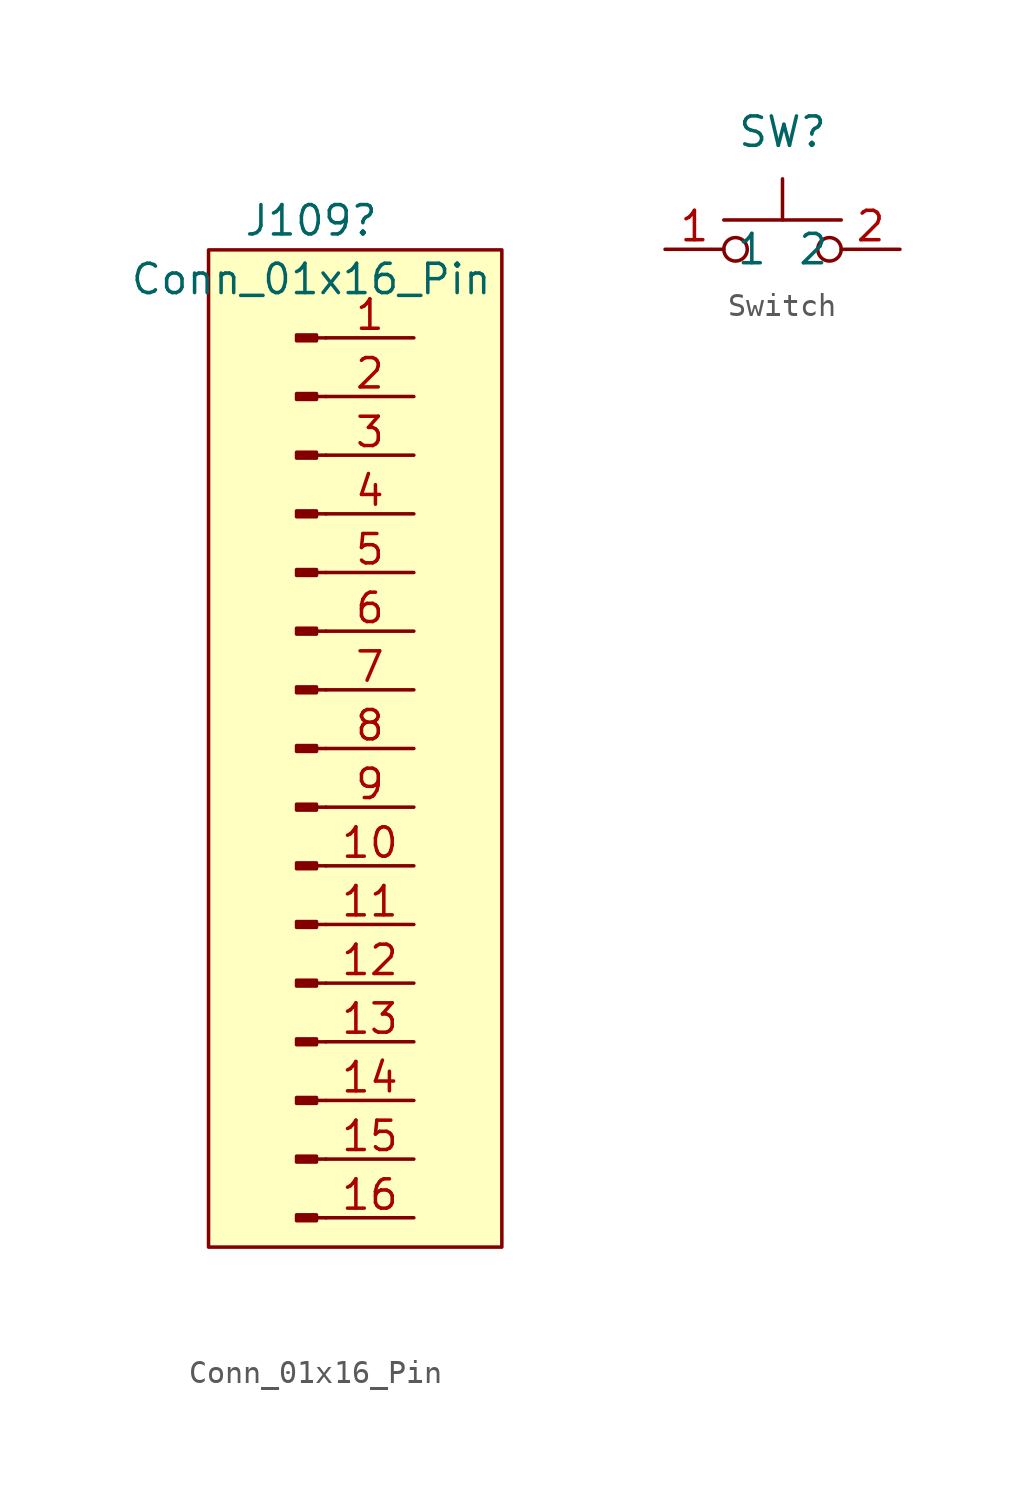
<source format=kicad_sym>
(kicad_symbol_lib
  (version 20220914)
  (generator kicad_symbol_editor)
  (symbol "Conn_01x16_Pin"
    (pin_names
      (offset 1.016) hide)
    (property "Reference" "J109"
      (at 0.635 22.86 0)
      (effects (font (size 1.27 1.27))))
    (property "Value" "Conn_01x16_Pin"
      (at 0.635 20.32 0)
      (effects (font (size 1.27 1.27))))
    (property "ki_locked" ""
      (at 0 0 0)
      (effects (font (size 1.27 1.27))))
    (symbol "Conn_01x16_Pin_1_1"
      (rectangle (start -3.81 21.59) (end 8.89 -21.59) (stroke (width 0) (type default)) (fill (type background)))
      (polyline (pts (xy 1.27 -20.32) (xy 0.864 -20.32)) (stroke (width 0.152) (type default)) (fill (type none)))
      (polyline (pts (xy 1.27 -17.78) (xy 0.864 -17.78)) (stroke (width 0.152) (type default)) (fill (type none)))
      (polyline (pts (xy 1.27 -15.24) (xy 0.864 -15.24)) (stroke (width 0.152) (type default)) (fill (type none)))
      (polyline (pts (xy 1.27 -12.7) (xy 0.864 -12.7)) (stroke (width 0.152) (type default)) (fill (type none)))
      (polyline (pts (xy 1.27 -10.16) (xy 0.864 -10.16)) (stroke (width 0.152) (type default)) (fill (type none)))
      (polyline (pts (xy 1.27 -7.62) (xy 0.864 -7.62)) (stroke (width 0.152) (type default)) (fill (type none)))
      (polyline (pts (xy 1.27 -5.08) (xy 0.864 -5.08)) (stroke (width 0.152) (type default)) (fill (type none)))
      (polyline (pts (xy 1.27 -2.54) (xy 0.864 -2.54)) (stroke (width 0.152) (type default)) (fill (type none)))
      (polyline (pts (xy 1.27 0) (xy 0.864 0)) (stroke (width 0.152) (type default)) (fill (type none)))
      (polyline (pts (xy 1.27 2.54) (xy 0.864 2.54)) (stroke (width 0.152) (type default)) (fill (type none)))
      (polyline (pts (xy 1.27 5.08) (xy 0.864 5.08)) (stroke (width 0.152) (type default)) (fill (type none)))
      (polyline (pts (xy 1.27 7.62) (xy 0.864 7.62)) (stroke (width 0.152) (type default)) (fill (type none)))
      (polyline (pts (xy 1.27 10.16) (xy 0.864 10.16)) (stroke (width 0.152) (type default)) (fill (type none)))
      (polyline (pts (xy 1.27 12.7) (xy 0.864 12.7)) (stroke (width 0.152) (type default)) (fill (type none)))
      (polyline (pts (xy 1.27 15.24) (xy 0.864 15.24)) (stroke (width 0.152) (type default)) (fill (type none)))
      (polyline (pts (xy 1.27 17.78) (xy 0.864 17.78)) (stroke (width 0.152) (type default)) (fill (type none)))
      (rectangle (start 0.864 -20.193) (end 0 -20.447) (stroke (width 0.152) (type default)) (fill (type outline)))
      (rectangle (start 0.864 -17.653) (end 0 -17.907) (stroke (width 0.152) (type default)) (fill (type outline)))
      (rectangle (start 0.864 -15.113) (end 0 -15.367) (stroke (width 0.152) (type default)) (fill (type outline)))
      (rectangle (start 0.864 -12.573) (end 0 -12.827) (stroke (width 0.152) (type default)) (fill (type outline)))
      (rectangle (start 0.864 -10.033) (end 0 -10.287) (stroke (width 0.152) (type default)) (fill (type outline)))
      (rectangle (start 0.864 -7.493) (end 0 -7.747) (stroke (width 0.152) (type default)) (fill (type outline)))
      (rectangle (start 0.864 -4.953) (end 0 -5.207) (stroke (width 0.152) (type default)) (fill (type outline)))
      (rectangle (start 0.864 -2.413) (end 0 -2.667) (stroke (width 0.152) (type default)) (fill (type outline)))
      (rectangle (start 0.864 0.127) (end 0 -0.127) (stroke (width 0.152) (type default)) (fill (type outline)))
      (rectangle (start 0.864 2.667) (end 0 2.413) (stroke (width 0.152) (type default)) (fill (type outline)))
      (rectangle (start 0.864 5.207) (end 0 4.953) (stroke (width 0.152) (type default)) (fill (type outline)))
      (rectangle (start 0.864 7.747) (end 0 7.493) (stroke (width 0.152) (type default)) (fill (type outline)))
      (rectangle (start 0.864 10.287) (end 0 10.033) (stroke (width 0.152) (type default)) (fill (type outline)))
      (rectangle (start 0.864 12.827) (end 0 12.573) (stroke (width 0.152) (type default)) (fill (type outline)))
      (rectangle (start 0.864 15.367) (end 0 15.113) (stroke (width 0.152) (type default)) (fill (type outline)))
      (rectangle (start 0.864 17.907) (end 0 17.653) (stroke (width 0.152) (type default)) (fill (type outline)))
      (pin passive line (at 5.08 17.78 180) (length 3.81) (name "Pin_1" (effects (font (size 1.27 1.27)))) (number "1" (effects (font (size 1.27 1.27)))))
      (pin passive line (at 5.08 -5.08 180) (length 3.81) (name "Pin_10" (effects (font (size 1.27 1.27)))) (number "10" (effects (font (size 1.27 1.27)))))
      (pin passive line (at 5.08 -7.62 180) (length 3.81) (name "Pin_11" (effects (font (size 1.27 1.27)))) (number "11" (effects (font (size 1.27 1.27)))))
      (pin passive line (at 5.08 -10.16 180) (length 3.81) (name "Pin_12" (effects (font (size 1.27 1.27)))) (number "12" (effects (font (size 1.27 1.27)))))
      (pin passive line (at 5.08 -12.7 180) (length 3.81) (name "Pin_13" (effects (font (size 1.27 1.27)))) (number "13" (effects (font (size 1.27 1.27)))))
      (pin passive line (at 5.08 -15.24 180) (length 3.81) (name "Pin_14" (effects (font (size 1.27 1.27)))) (number "14" (effects (font (size 1.27 1.27)))))
      (pin passive line (at 5.08 -17.78 180) (length 3.81) (name "Pin_15" (effects (font (size 1.27 1.27)))) (number "15" (effects (font (size 1.27 1.27)))))
      (pin passive line (at 5.08 -20.32 180) (length 3.81) (name "Pin_16" (effects (font (size 1.27 1.27)))) (number "16" (effects (font (size 1.27 1.27)))))
      (pin passive line (at 5.08 15.24 180) (length 3.81) (name "Pin_2" (effects (font (size 1.27 1.27)))) (number "2" (effects (font (size 1.27 1.27)))))
      (pin passive line (at 5.08 12.7 180) (length 3.81) (name "Pin_3" (effects (font (size 1.27 1.27)))) (number "3" (effects (font (size 1.27 1.27)))))
      (pin passive line (at 5.08 10.16 180) (length 3.81) (name "Pin_4" (effects (font (size 1.27 1.27)))) (number "4" (effects (font (size 1.27 1.27)))))
      (pin passive line (at 5.08 7.62 180) (length 3.81) (name "Pin_5" (effects (font (size 1.27 1.27)))) (number "5" (effects (font (size 1.27 1.27)))))
      (pin passive line (at 5.08 5.08 180) (length 3.81) (name "Pin_6" (effects (font (size 1.27 1.27)))) (number "6" (effects (font (size 1.27 1.27)))))
      (pin passive line (at 5.08 2.54 180) (length 3.81) (name "Pin_7" (effects (font (size 1.27 1.27)))) (number "7" (effects (font (size 1.27 1.27)))))
      (pin passive line (at 5.08 0 180) (length 3.81) (name "Pin_8" (effects (font (size 1.27 1.27)))) (number "8" (effects (font (size 1.27 1.27)))))
      (pin passive line (at 5.08 -2.54 180) (length 3.81) (name "Pin_9" (effects (font (size 1.27 1.27)))) (number "9" (effects (font (size 1.27 1.27)))))))
  (symbol "Switch"
    (property "Reference" "SW"
      (at 0 3.81 0)
      (effects (font (size 1.27 1.27))))
    (property "Value" ""
      (at 0 0 0)
      (effects (font (size 1.27 1.27))))
    (symbol "Switch_0_1"
      (circle (center -2.032 -1.27) (radius 0.508) (stroke (width 0) (type default)) (fill (type none)))
      (polyline (pts (xy 0 0) (xy 0 1.778)) (stroke (width 0) (type default)) (fill (type none)))
      (polyline (pts (xy 2.54 0) (xy -2.54 0)) (stroke (width 0) (type default)) (fill (type none)))
      (circle (center 2.032 -1.27) (radius 0.508) (stroke (width 0) (type default)) (fill (type none)))
      (pin passive line (at -5.08 -1.27 0) (length 2.54) (name "1" (effects (font (size 1.27 1.27)))) (number "1" (effects (font (size 1.27 1.27)))))
      (pin passive line (at 5.08 -1.27 180) (length 2.54) (name "2" (effects (font (size 1.27 1.27)))) (number "2" (effects (font (size 1.27 1.27))))))))
</source>
